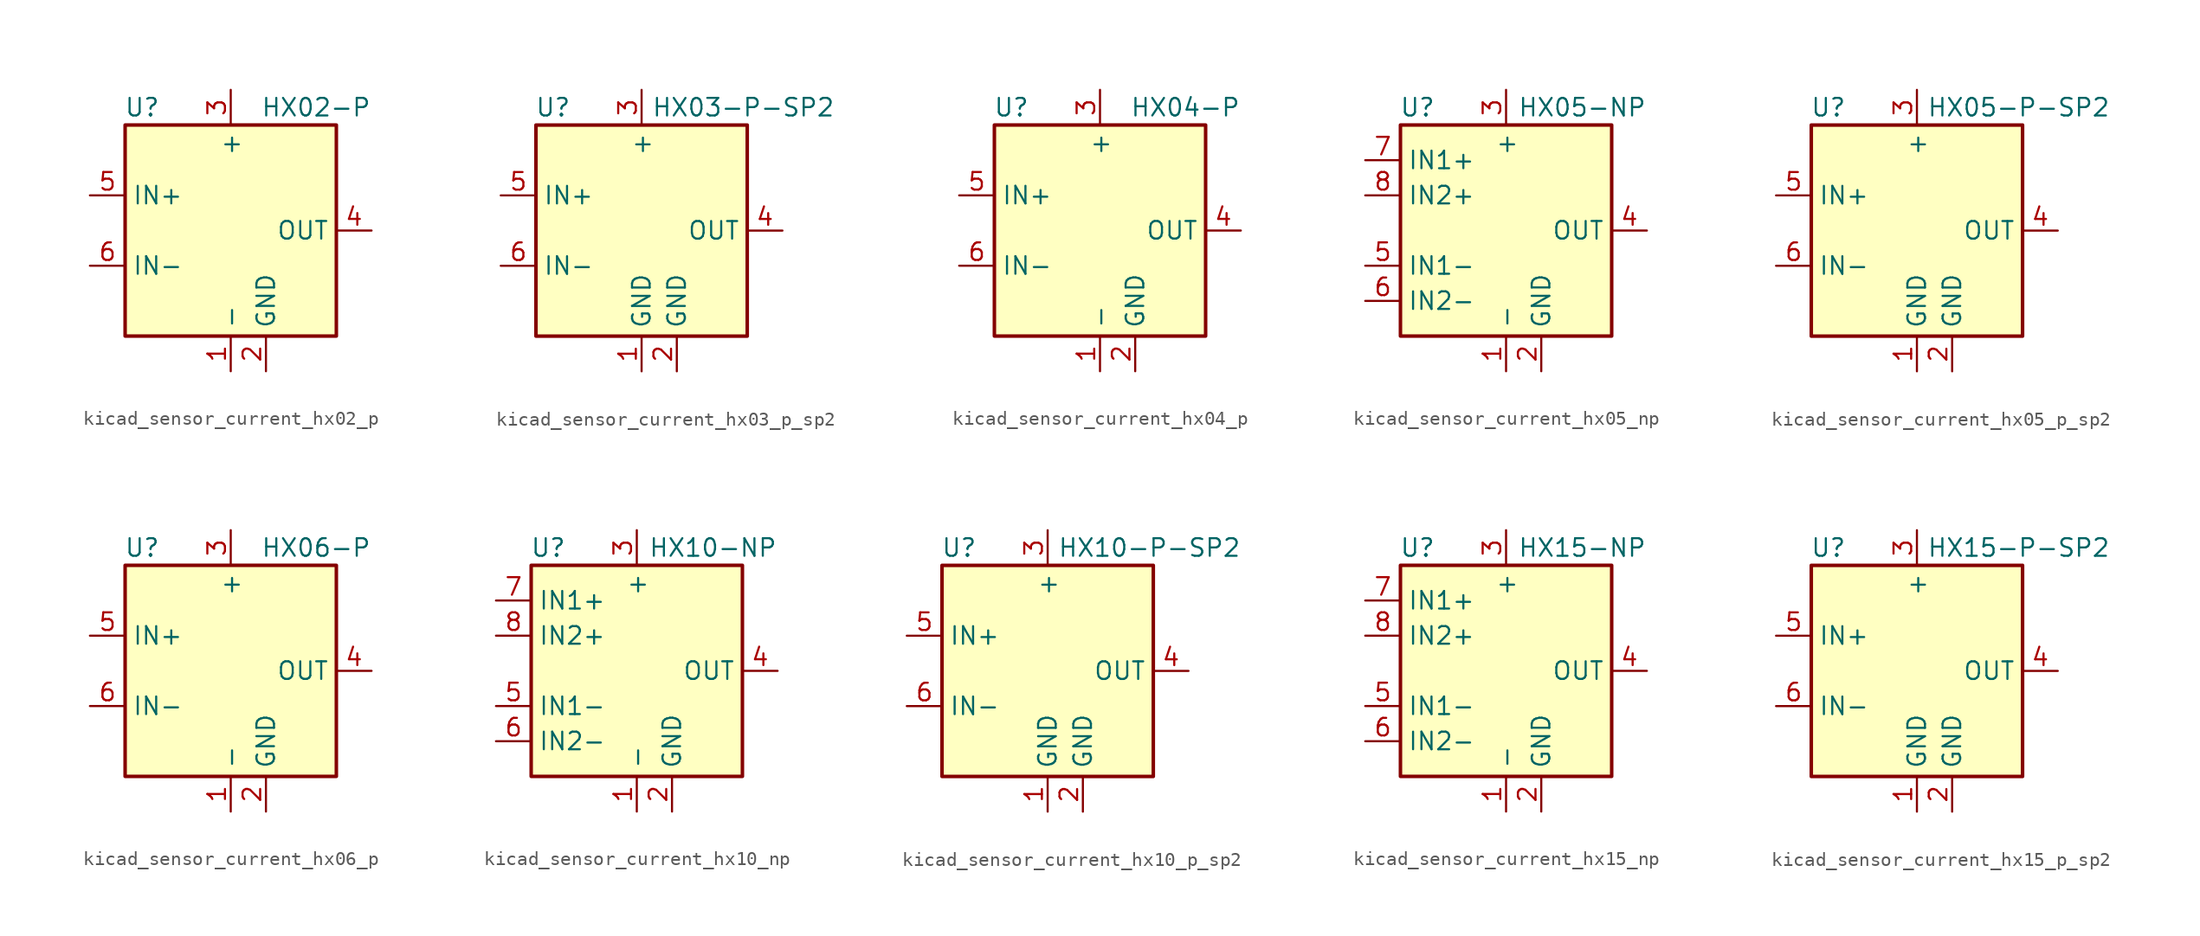
<source format=kicad_sym>
(kicad_symbol_lib
  (version 20220914)
  (generator kicad_symbol_editor)
  (symbol "kicad_sensor_current_hx02_p"
    (property "Reference" "U"
      (at -5.08 8.89 0)
      (effects (font (size 1.27 1.27)) (justify right)))
    (property "Value" "HX02-P"
      (at 10.16 8.89 0)
      (effects (font (size 1.27 1.27)) (justify right)))
    (symbol "kicad_sensor_current_hx02_p_0_1"
      (rectangle (start -7.62 7.62) (end 7.62 -7.62) (stroke (width 0.254) (type default)) (fill (type background))))
    (symbol "kicad_sensor_current_hx02_p_1_1"
      (pin power_in line (at 0 -10.16 90) (length 2.54) (name "-" (effects (font (size 1.27 1.27)))) (number "1" (effects (font (size 1.27 1.27)))))
      (pin power_in line (at 2.54 -10.16 90) (length 2.54) (name "GND" (effects (font (size 1.27 1.27)))) (number "2" (effects (font (size 1.27 1.27)))))
      (pin power_in line (at 0 10.16 270) (length 2.54) (name "+" (effects (font (size 1.27 1.27)))) (number "3" (effects (font (size 1.27 1.27)))))
      (pin output line (at 10.16 0 180) (length 2.54) (name "OUT" (effects (font (size 1.27 1.27)))) (number "4" (effects (font (size 1.27 1.27)))))
      (pin passive line (at -10.16 2.54 0) (length 2.54) (name "IN+" (effects (font (size 1.27 1.27)))) (number "5" (effects (font (size 1.27 1.27)))))
      (pin passive line (at -10.16 -2.54 0) (length 2.54) (name "IN-" (effects (font (size 1.27 1.27)))) (number "6" (effects (font (size 1.27 1.27)))))))
  (symbol "kicad_sensor_current_hx03_p_sp2"
    (property "Reference" "U"
      (at -5.08 8.89 0)
      (effects (font (size 1.27 1.27)) (justify right)))
    (property "Value" "HX03-P-SP2"
      (at 13.97 8.89 0)
      (effects (font (size 1.27 1.27)) (justify right)))
    (symbol "kicad_sensor_current_hx03_p_sp2_0_1"
      (rectangle (start -7.62 7.62) (end 7.62 -7.62) (stroke (width 0.254) (type default)) (fill (type background))))
    (symbol "kicad_sensor_current_hx03_p_sp2_1_1"
      (pin power_in line (at 0 -10.16 90) (length 2.54) (name "GND" (effects (font (size 1.27 1.27)))) (number "1" (effects (font (size 1.27 1.27)))))
      (pin power_in line (at 2.54 -10.16 90) (length 2.54) (name "GND" (effects (font (size 1.27 1.27)))) (number "2" (effects (font (size 1.27 1.27)))))
      (pin power_in line (at 0 10.16 270) (length 2.54) (name "+" (effects (font (size 1.27 1.27)))) (number "3" (effects (font (size 1.27 1.27)))))
      (pin output line (at 10.16 0 180) (length 2.54) (name "OUT" (effects (font (size 1.27 1.27)))) (number "4" (effects (font (size 1.27 1.27)))))
      (pin passive line (at -10.16 2.54 0) (length 2.54) (name "IN+" (effects (font (size 1.27 1.27)))) (number "5" (effects (font (size 1.27 1.27)))))
      (pin passive line (at -10.16 -2.54 0) (length 2.54) (name "IN-" (effects (font (size 1.27 1.27)))) (number "6" (effects (font (size 1.27 1.27)))))))
  (symbol "kicad_sensor_current_hx04_p"
    (property "Reference" "U"
      (at -5.08 8.89 0)
      (effects (font (size 1.27 1.27)) (justify right)))
    (property "Value" "HX04-P"
      (at 10.16 8.89 0)
      (effects (font (size 1.27 1.27)) (justify right)))
    (symbol "kicad_sensor_current_hx04_p_0_1"
      (rectangle (start -7.62 7.62) (end 7.62 -7.62) (stroke (width 0.254) (type default)) (fill (type background))))
    (symbol "kicad_sensor_current_hx04_p_1_1"
      (pin power_in line (at 0 -10.16 90) (length 2.54) (name "-" (effects (font (size 1.27 1.27)))) (number "1" (effects (font (size 1.27 1.27)))))
      (pin power_in line (at 2.54 -10.16 90) (length 2.54) (name "GND" (effects (font (size 1.27 1.27)))) (number "2" (effects (font (size 1.27 1.27)))))
      (pin power_in line (at 0 10.16 270) (length 2.54) (name "+" (effects (font (size 1.27 1.27)))) (number "3" (effects (font (size 1.27 1.27)))))
      (pin output line (at 10.16 0 180) (length 2.54) (name "OUT" (effects (font (size 1.27 1.27)))) (number "4" (effects (font (size 1.27 1.27)))))
      (pin passive line (at -10.16 2.54 0) (length 2.54) (name "IN+" (effects (font (size 1.27 1.27)))) (number "5" (effects (font (size 1.27 1.27)))))
      (pin passive line (at -10.16 -2.54 0) (length 2.54) (name "IN-" (effects (font (size 1.27 1.27)))) (number "6" (effects (font (size 1.27 1.27)))))))
  (symbol "kicad_sensor_current_hx05_np"
    (property "Reference" "U"
      (at -5.08 8.89 0)
      (effects (font (size 1.27 1.27)) (justify right)))
    (property "Value" "HX05-NP"
      (at 10.16 8.89 0)
      (effects (font (size 1.27 1.27)) (justify right)))
    (symbol "kicad_sensor_current_hx05_np_0_1"
      (rectangle (start -7.62 7.62) (end 7.62 -7.62) (stroke (width 0.254) (type default)) (fill (type background))))
    (symbol "kicad_sensor_current_hx05_np_1_1"
      (pin power_in line (at 0 -10.16 90) (length 2.54) (name "-" (effects (font (size 1.27 1.27)))) (number "1" (effects (font (size 1.27 1.27)))))
      (pin power_in line (at 2.54 -10.16 90) (length 2.54) (name "GND" (effects (font (size 1.27 1.27)))) (number "2" (effects (font (size 1.27 1.27)))))
      (pin power_in line (at 0 10.16 270) (length 2.54) (name "+" (effects (font (size 1.27 1.27)))) (number "3" (effects (font (size 1.27 1.27)))))
      (pin output line (at 10.16 0 180) (length 2.54) (name "OUT" (effects (font (size 1.27 1.27)))) (number "4" (effects (font (size 1.27 1.27)))))
      (pin passive line (at -10.16 -2.54 0) (length 2.54) (name "IN1-" (effects (font (size 1.27 1.27)))) (number "5" (effects (font (size 1.27 1.27)))))
      (pin passive line (at -10.16 -5.08 0) (length 2.54) (name "IN2-" (effects (font (size 1.27 1.27)))) (number "6" (effects (font (size 1.27 1.27)))))
      (pin passive line (at -10.16 5.08 0) (length 2.54) (name "IN1+" (effects (font (size 1.27 1.27)))) (number "7" (effects (font (size 1.27 1.27)))))
      (pin passive line (at -10.16 2.54 0) (length 2.54) (name "IN2+" (effects (font (size 1.27 1.27)))) (number "8" (effects (font (size 1.27 1.27)))))))
  (symbol "kicad_sensor_current_hx05_p_sp2"
    (property "Reference" "U"
      (at -5.08 8.89 0)
      (effects (font (size 1.27 1.27)) (justify right)))
    (property "Value" "HX05-P-SP2"
      (at 13.97 8.89 0)
      (effects (font (size 1.27 1.27)) (justify right)))
    (symbol "kicad_sensor_current_hx05_p_sp2_0_1"
      (rectangle (start -7.62 7.62) (end 7.62 -7.62) (stroke (width 0.254) (type default)) (fill (type background))))
    (symbol "kicad_sensor_current_hx05_p_sp2_1_1"
      (pin power_in line (at 0 -10.16 90) (length 2.54) (name "GND" (effects (font (size 1.27 1.27)))) (number "1" (effects (font (size 1.27 1.27)))))
      (pin power_in line (at 2.54 -10.16 90) (length 2.54) (name "GND" (effects (font (size 1.27 1.27)))) (number "2" (effects (font (size 1.27 1.27)))))
      (pin power_in line (at 0 10.16 270) (length 2.54) (name "+" (effects (font (size 1.27 1.27)))) (number "3" (effects (font (size 1.27 1.27)))))
      (pin output line (at 10.16 0 180) (length 2.54) (name "OUT" (effects (font (size 1.27 1.27)))) (number "4" (effects (font (size 1.27 1.27)))))
      (pin passive line (at -10.16 2.54 0) (length 2.54) (name "IN+" (effects (font (size 1.27 1.27)))) (number "5" (effects (font (size 1.27 1.27)))))
      (pin passive line (at -10.16 -2.54 0) (length 2.54) (name "IN-" (effects (font (size 1.27 1.27)))) (number "6" (effects (font (size 1.27 1.27)))))))
  (symbol "kicad_sensor_current_hx06_p"
    (property "Reference" "U"
      (at -5.08 8.89 0)
      (effects (font (size 1.27 1.27)) (justify right)))
    (property "Value" "HX06-P"
      (at 10.16 8.89 0)
      (effects (font (size 1.27 1.27)) (justify right)))
    (symbol "kicad_sensor_current_hx06_p_0_1"
      (rectangle (start -7.62 7.62) (end 7.62 -7.62) (stroke (width 0.254) (type default)) (fill (type background))))
    (symbol "kicad_sensor_current_hx06_p_1_1"
      (pin power_in line (at 0 -10.16 90) (length 2.54) (name "-" (effects (font (size 1.27 1.27)))) (number "1" (effects (font (size 1.27 1.27)))))
      (pin power_in line (at 2.54 -10.16 90) (length 2.54) (name "GND" (effects (font (size 1.27 1.27)))) (number "2" (effects (font (size 1.27 1.27)))))
      (pin power_in line (at 0 10.16 270) (length 2.54) (name "+" (effects (font (size 1.27 1.27)))) (number "3" (effects (font (size 1.27 1.27)))))
      (pin output line (at 10.16 0 180) (length 2.54) (name "OUT" (effects (font (size 1.27 1.27)))) (number "4" (effects (font (size 1.27 1.27)))))
      (pin passive line (at -10.16 2.54 0) (length 2.54) (name "IN+" (effects (font (size 1.27 1.27)))) (number "5" (effects (font (size 1.27 1.27)))))
      (pin passive line (at -10.16 -2.54 0) (length 2.54) (name "IN-" (effects (font (size 1.27 1.27)))) (number "6" (effects (font (size 1.27 1.27)))))))
  (symbol "kicad_sensor_current_hx10_np"
    (property "Reference" "U"
      (at -5.08 8.89 0)
      (effects (font (size 1.27 1.27)) (justify right)))
    (property "Value" "HX10-NP"
      (at 10.16 8.89 0)
      (effects (font (size 1.27 1.27)) (justify right)))
    (symbol "kicad_sensor_current_hx10_np_0_1"
      (rectangle (start -7.62 7.62) (end 7.62 -7.62) (stroke (width 0.254) (type default)) (fill (type background))))
    (symbol "kicad_sensor_current_hx10_np_1_1"
      (pin power_in line (at 0 -10.16 90) (length 2.54) (name "-" (effects (font (size 1.27 1.27)))) (number "1" (effects (font (size 1.27 1.27)))))
      (pin power_in line (at 2.54 -10.16 90) (length 2.54) (name "GND" (effects (font (size 1.27 1.27)))) (number "2" (effects (font (size 1.27 1.27)))))
      (pin power_in line (at 0 10.16 270) (length 2.54) (name "+" (effects (font (size 1.27 1.27)))) (number "3" (effects (font (size 1.27 1.27)))))
      (pin output line (at 10.16 0 180) (length 2.54) (name "OUT" (effects (font (size 1.27 1.27)))) (number "4" (effects (font (size 1.27 1.27)))))
      (pin passive line (at -10.16 -2.54 0) (length 2.54) (name "IN1-" (effects (font (size 1.27 1.27)))) (number "5" (effects (font (size 1.27 1.27)))))
      (pin passive line (at -10.16 -5.08 0) (length 2.54) (name "IN2-" (effects (font (size 1.27 1.27)))) (number "6" (effects (font (size 1.27 1.27)))))
      (pin passive line (at -10.16 5.08 0) (length 2.54) (name "IN1+" (effects (font (size 1.27 1.27)))) (number "7" (effects (font (size 1.27 1.27)))))
      (pin passive line (at -10.16 2.54 0) (length 2.54) (name "IN2+" (effects (font (size 1.27 1.27)))) (number "8" (effects (font (size 1.27 1.27)))))))
  (symbol "kicad_sensor_current_hx10_p_sp2"
    (property "Reference" "U"
      (at -5.08 8.89 0)
      (effects (font (size 1.27 1.27)) (justify right)))
    (property "Value" "HX10-P-SP2"
      (at 13.97 8.89 0)
      (effects (font (size 1.27 1.27)) (justify right)))
    (symbol "kicad_sensor_current_hx10_p_sp2_0_1"
      (rectangle (start -7.62 7.62) (end 7.62 -7.62) (stroke (width 0.254) (type default)) (fill (type background))))
    (symbol "kicad_sensor_current_hx10_p_sp2_1_1"
      (pin power_in line (at 0 -10.16 90) (length 2.54) (name "GND" (effects (font (size 1.27 1.27)))) (number "1" (effects (font (size 1.27 1.27)))))
      (pin power_in line (at 2.54 -10.16 90) (length 2.54) (name "GND" (effects (font (size 1.27 1.27)))) (number "2" (effects (font (size 1.27 1.27)))))
      (pin power_in line (at 0 10.16 270) (length 2.54) (name "+" (effects (font (size 1.27 1.27)))) (number "3" (effects (font (size 1.27 1.27)))))
      (pin output line (at 10.16 0 180) (length 2.54) (name "OUT" (effects (font (size 1.27 1.27)))) (number "4" (effects (font (size 1.27 1.27)))))
      (pin passive line (at -10.16 2.54 0) (length 2.54) (name "IN+" (effects (font (size 1.27 1.27)))) (number "5" (effects (font (size 1.27 1.27)))))
      (pin passive line (at -10.16 -2.54 0) (length 2.54) (name "IN-" (effects (font (size 1.27 1.27)))) (number "6" (effects (font (size 1.27 1.27)))))))
  (symbol "kicad_sensor_current_hx15_np"
    (property "Reference" "U"
      (at -5.08 8.89 0)
      (effects (font (size 1.27 1.27)) (justify right)))
    (property "Value" "HX15-NP"
      (at 10.16 8.89 0)
      (effects (font (size 1.27 1.27)) (justify right)))
    (symbol "kicad_sensor_current_hx15_np_0_1"
      (rectangle (start -7.62 7.62) (end 7.62 -7.62) (stroke (width 0.254) (type default)) (fill (type background))))
    (symbol "kicad_sensor_current_hx15_np_1_1"
      (pin power_in line (at 0 -10.16 90) (length 2.54) (name "-" (effects (font (size 1.27 1.27)))) (number "1" (effects (font (size 1.27 1.27)))))
      (pin power_in line (at 2.54 -10.16 90) (length 2.54) (name "GND" (effects (font (size 1.27 1.27)))) (number "2" (effects (font (size 1.27 1.27)))))
      (pin power_in line (at 0 10.16 270) (length 2.54) (name "+" (effects (font (size 1.27 1.27)))) (number "3" (effects (font (size 1.27 1.27)))))
      (pin output line (at 10.16 0 180) (length 2.54) (name "OUT" (effects (font (size 1.27 1.27)))) (number "4" (effects (font (size 1.27 1.27)))))
      (pin passive line (at -10.16 -2.54 0) (length 2.54) (name "IN1-" (effects (font (size 1.27 1.27)))) (number "5" (effects (font (size 1.27 1.27)))))
      (pin passive line (at -10.16 -5.08 0) (length 2.54) (name "IN2-" (effects (font (size 1.27 1.27)))) (number "6" (effects (font (size 1.27 1.27)))))
      (pin passive line (at -10.16 5.08 0) (length 2.54) (name "IN1+" (effects (font (size 1.27 1.27)))) (number "7" (effects (font (size 1.27 1.27)))))
      (pin passive line (at -10.16 2.54 0) (length 2.54) (name "IN2+" (effects (font (size 1.27 1.27)))) (number "8" (effects (font (size 1.27 1.27)))))))
  (symbol "kicad_sensor_current_hx15_p_sp2"
    (property "Reference" "U"
      (at -5.08 8.89 0)
      (effects (font (size 1.27 1.27)) (justify right)))
    (property "Value" "HX15-P-SP2"
      (at 13.97 8.89 0)
      (effects (font (size 1.27 1.27)) (justify right)))
    (symbol "kicad_sensor_current_hx15_p_sp2_0_1"
      (rectangle (start -7.62 7.62) (end 7.62 -7.62) (stroke (width 0.254) (type default)) (fill (type background))))
    (symbol "kicad_sensor_current_hx15_p_sp2_1_1"
      (pin power_in line (at 0 -10.16 90) (length 2.54) (name "GND" (effects (font (size 1.27 1.27)))) (number "1" (effects (font (size 1.27 1.27)))))
      (pin power_in line (at 2.54 -10.16 90) (length 2.54) (name "GND" (effects (font (size 1.27 1.27)))) (number "2" (effects (font (size 1.27 1.27)))))
      (pin power_in line (at 0 10.16 270) (length 2.54) (name "+" (effects (font (size 1.27 1.27)))) (number "3" (effects (font (size 1.27 1.27)))))
      (pin output line (at 10.16 0 180) (length 2.54) (name "OUT" (effects (font (size 1.27 1.27)))) (number "4" (effects (font (size 1.27 1.27)))))
      (pin passive line (at -10.16 2.54 0) (length 2.54) (name "IN+" (effects (font (size 1.27 1.27)))) (number "5" (effects (font (size 1.27 1.27)))))
      (pin passive line (at -10.16 -2.54 0) (length 2.54) (name "IN-" (effects (font (size 1.27 1.27)))) (number "6" (effects (font (size 1.27 1.27))))))))
</source>
